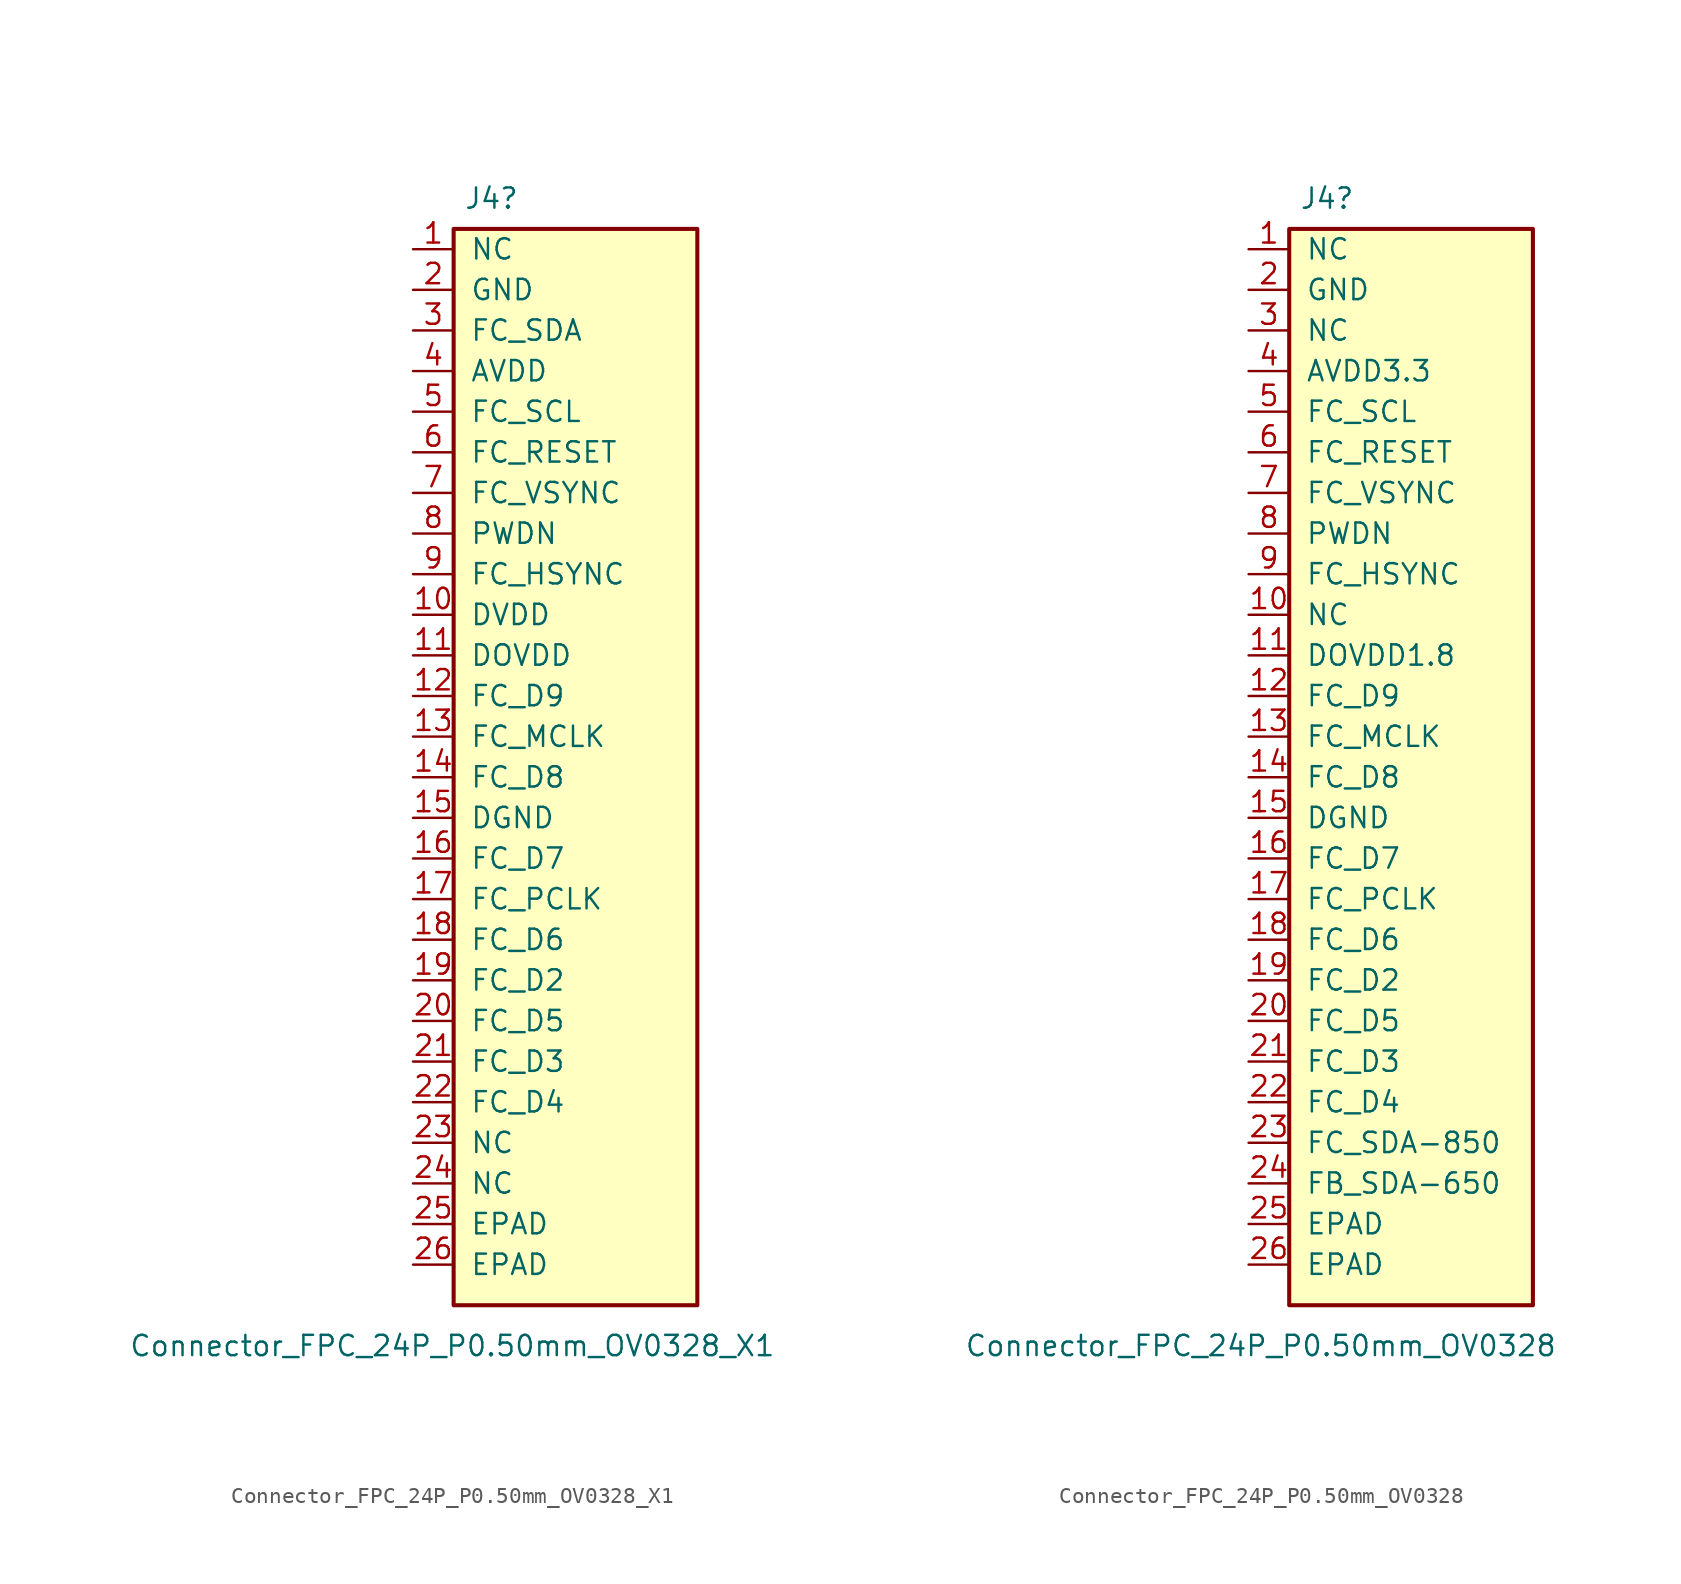
<source format=kicad_sym>
(kicad_symbol_lib
  (version 20211014)
  (generator kicad_symbol_editor)
  (symbol "Connector_FPC_24P_P0.50mm_OV0328_X1"
    (pin_names
      (offset 1.016))
    (property "Reference" "J4"
      (at -12.065 46.355 0)
      (effects (font (size 1.27 1.27)) (justify left)))
    (property "Value" "Connector_FPC_24P_P0.50mm_OV0328_X1"
      (at -33.02 -25.4 0)
      (effects (font (size 1.27 1.27)) (justify left)))
    (symbol "Connector_FPC_24P_P0.50mm_OV0328_X1_0_0"
      (pin bidirectional line (at -15.24 43.18 0) (length 2.54) (name "NC" (effects (font (size 1.27 1.27)))) (number "1" (effects (font (size 1.27 1.27)))))
      (pin bidirectional line (at -15.24 20.32 0) (length 2.54) (name "DVDD" (effects (font (size 1.27 1.27)))) (number "10" (effects (font (size 1.27 1.27)))))
      (pin bidirectional line (at -15.24 17.78 0) (length 2.54) (name "DOVDD" (effects (font (size 1.27 1.27)))) (number "11" (effects (font (size 1.27 1.27)))))
      (pin bidirectional line (at -15.24 15.24 0) (length 2.54) (name "FC_D9" (effects (font (size 1.27 1.27)))) (number "12" (effects (font (size 1.27 1.27)))))
      (pin bidirectional line (at -15.24 12.7 0) (length 2.54) (name "FC_MCLK" (effects (font (size 1.27 1.27)))) (number "13" (effects (font (size 1.27 1.27)))))
      (pin bidirectional line (at -15.24 10.16 0) (length 2.54) (name "FC_D8" (effects (font (size 1.27 1.27)))) (number "14" (effects (font (size 1.27 1.27)))))
      (pin bidirectional line (at -15.24 7.62 0) (length 2.54) (name "DGND" (effects (font (size 1.27 1.27)))) (number "15" (effects (font (size 1.27 1.27)))))
      (pin bidirectional line (at -15.24 5.08 0) (length 2.54) (name "FC_D7" (effects (font (size 1.27 1.27)))) (number "16" (effects (font (size 1.27 1.27)))))
      (pin bidirectional line (at -15.24 2.54 0) (length 2.54) (name "FC_PCLK" (effects (font (size 1.27 1.27)))) (number "17" (effects (font (size 1.27 1.27)))))
      (pin bidirectional line (at -15.24 0 0) (length 2.54) (name "FC_D6" (effects (font (size 1.27 1.27)))) (number "18" (effects (font (size 1.27 1.27)))))
      (pin bidirectional line (at -15.24 -2.54 0) (length 2.54) (name "FC_D2" (effects (font (size 1.27 1.27)))) (number "19" (effects (font (size 1.27 1.27)))))
      (pin bidirectional line (at -15.24 40.64 0) (length 2.54) (name "GND" (effects (font (size 1.27 1.27)))) (number "2" (effects (font (size 1.27 1.27)))))
      (pin bidirectional line (at -15.24 -5.08 0) (length 2.54) (name "FC_D5" (effects (font (size 1.27 1.27)))) (number "20" (effects (font (size 1.27 1.27)))))
      (pin bidirectional line (at -15.24 -7.62 0) (length 2.54) (name "FC_D3" (effects (font (size 1.27 1.27)))) (number "21" (effects (font (size 1.27 1.27)))))
      (pin bidirectional line (at -15.24 -10.16 0) (length 2.54) (name "FC_D4" (effects (font (size 1.27 1.27)))) (number "22" (effects (font (size 1.27 1.27)))))
      (pin bidirectional line (at -15.24 -12.7 0) (length 2.54) (name "NC" (effects (font (size 1.27 1.27)))) (number "23" (effects (font (size 1.27 1.27)))))
      (pin bidirectional line (at -15.24 -15.24 0) (length 2.54) (name "NC" (effects (font (size 1.27 1.27)))) (number "24" (effects (font (size 1.27 1.27)))))
      (pin bidirectional line (at -15.24 -17.78 0) (length 2.54) (name "EPAD" (effects (font (size 1.27 1.27)))) (number "25" (effects (font (size 1.27 1.27)))))
      (pin bidirectional line (at -15.24 -20.32 0) (length 2.54) (name "EPAD" (effects (font (size 1.27 1.27)))) (number "26" (effects (font (size 1.27 1.27)))))
      (pin bidirectional line (at -15.24 38.1 0) (length 2.54) (name "FC_SDA" (effects (font (size 1.27 1.27)))) (number "3" (effects (font (size 1.27 1.27)))))
      (pin bidirectional line (at -15.24 35.56 0) (length 2.54) (name "AVDD" (effects (font (size 1.27 1.27)))) (number "4" (effects (font (size 1.27 1.27)))))
      (pin bidirectional line (at -15.24 33.02 0) (length 2.54) (name "FC_SCL" (effects (font (size 1.27 1.27)))) (number "5" (effects (font (size 1.27 1.27)))))
      (pin bidirectional line (at -15.24 30.48 0) (length 2.54) (name "FC_RESET" (effects (font (size 1.27 1.27)))) (number "6" (effects (font (size 1.27 1.27)))))
      (pin bidirectional line (at -15.24 27.94 0) (length 2.54) (name "FC_VSYNC" (effects (font (size 1.27 1.27)))) (number "7" (effects (font (size 1.27 1.27)))))
      (pin bidirectional line (at -15.24 25.4 0) (length 2.54) (name "PWDN" (effects (font (size 1.27 1.27)))) (number "8" (effects (font (size 1.27 1.27)))))
      (pin bidirectional line (at -15.24 22.86 0) (length 2.54) (name "FC_HSYNC" (effects (font (size 1.27 1.27)))) (number "9" (effects (font (size 1.27 1.27))))))
    (symbol "Connector_FPC_24P_P0.50mm_OV0328_X1_0_1"
      (rectangle (start -12.7 44.45) (end 2.54 -22.86) (stroke (width 0.254) (type default) (color 0 0 0 0)) (fill (type background)))))
  (symbol "Connector_FPC_24P_P0.50mm_OV0328"
    (pin_names
      (offset 1.016))
    (property "Reference" "J4"
      (at -12.065 46.355 0)
      (effects (font (size 1.27 1.27)) (justify left)))
    (property "Value" "Connector_FPC_24P_P0.50mm_OV0328"
      (at -33.02 -25.4 0)
      (effects (font (size 1.27 1.27)) (justify left)))
    (symbol "Connector_FPC_24P_P0.50mm_OV0328_0_0"
      (pin bidirectional line (at -15.24 43.18 0) (length 2.54) (name "NC" (effects (font (size 1.27 1.27)))) (number "1" (effects (font (size 1.27 1.27)))))
      (pin bidirectional line (at -15.24 20.32 0) (length 2.54) (name "NC" (effects (font (size 1.27 1.27)))) (number "10" (effects (font (size 1.27 1.27)))))
      (pin bidirectional line (at -15.24 17.78 0) (length 2.54) (name "DOVDD1.8" (effects (font (size 1.27 1.27)))) (number "11" (effects (font (size 1.27 1.27)))))
      (pin bidirectional line (at -15.24 15.24 0) (length 2.54) (name "FC_D9" (effects (font (size 1.27 1.27)))) (number "12" (effects (font (size 1.27 1.27)))))
      (pin bidirectional line (at -15.24 12.7 0) (length 2.54) (name "FC_MCLK" (effects (font (size 1.27 1.27)))) (number "13" (effects (font (size 1.27 1.27)))))
      (pin bidirectional line (at -15.24 10.16 0) (length 2.54) (name "FC_D8" (effects (font (size 1.27 1.27)))) (number "14" (effects (font (size 1.27 1.27)))))
      (pin bidirectional line (at -15.24 7.62 0) (length 2.54) (name "DGND" (effects (font (size 1.27 1.27)))) (number "15" (effects (font (size 1.27 1.27)))))
      (pin bidirectional line (at -15.24 5.08 0) (length 2.54) (name "FC_D7" (effects (font (size 1.27 1.27)))) (number "16" (effects (font (size 1.27 1.27)))))
      (pin bidirectional line (at -15.24 2.54 0) (length 2.54) (name "FC_PCLK" (effects (font (size 1.27 1.27)))) (number "17" (effects (font (size 1.27 1.27)))))
      (pin bidirectional line (at -15.24 0 0) (length 2.54) (name "FC_D6" (effects (font (size 1.27 1.27)))) (number "18" (effects (font (size 1.27 1.27)))))
      (pin bidirectional line (at -15.24 -2.54 0) (length 2.54) (name "FC_D2" (effects (font (size 1.27 1.27)))) (number "19" (effects (font (size 1.27 1.27)))))
      (pin bidirectional line (at -15.24 40.64 0) (length 2.54) (name "GND" (effects (font (size 1.27 1.27)))) (number "2" (effects (font (size 1.27 1.27)))))
      (pin bidirectional line (at -15.24 -5.08 0) (length 2.54) (name "FC_D5" (effects (font (size 1.27 1.27)))) (number "20" (effects (font (size 1.27 1.27)))))
      (pin bidirectional line (at -15.24 -7.62 0) (length 2.54) (name "FC_D3" (effects (font (size 1.27 1.27)))) (number "21" (effects (font (size 1.27 1.27)))))
      (pin bidirectional line (at -15.24 -10.16 0) (length 2.54) (name "FC_D4" (effects (font (size 1.27 1.27)))) (number "22" (effects (font (size 1.27 1.27)))))
      (pin bidirectional line (at -15.24 -12.7 0) (length 2.54) (name "FC_SDA-850" (effects (font (size 1.27 1.27)))) (number "23" (effects (font (size 1.27 1.27)))))
      (pin bidirectional line (at -15.24 -15.24 0) (length 2.54) (name "FB_SDA-650" (effects (font (size 1.27 1.27)))) (number "24" (effects (font (size 1.27 1.27)))))
      (pin bidirectional line (at -15.24 -17.78 0) (length 2.54) (name "EPAD" (effects (font (size 1.27 1.27)))) (number "25" (effects (font (size 1.27 1.27)))))
      (pin bidirectional line (at -15.24 -20.32 0) (length 2.54) (name "EPAD" (effects (font (size 1.27 1.27)))) (number "26" (effects (font (size 1.27 1.27)))))
      (pin bidirectional line (at -15.24 38.1 0) (length 2.54) (name "NC" (effects (font (size 1.27 1.27)))) (number "3" (effects (font (size 1.27 1.27)))))
      (pin bidirectional line (at -15.24 35.56 0) (length 2.54) (name "AVDD3.3" (effects (font (size 1.27 1.27)))) (number "4" (effects (font (size 1.27 1.27)))))
      (pin bidirectional line (at -15.24 33.02 0) (length 2.54) (name "FC_SCL" (effects (font (size 1.27 1.27)))) (number "5" (effects (font (size 1.27 1.27)))))
      (pin bidirectional line (at -15.24 30.48 0) (length 2.54) (name "FC_RESET" (effects (font (size 1.27 1.27)))) (number "6" (effects (font (size 1.27 1.27)))))
      (pin bidirectional line (at -15.24 27.94 0) (length 2.54) (name "FC_VSYNC" (effects (font (size 1.27 1.27)))) (number "7" (effects (font (size 1.27 1.27)))))
      (pin bidirectional line (at -15.24 25.4 0) (length 2.54) (name "PWDN" (effects (font (size 1.27 1.27)))) (number "8" (effects (font (size 1.27 1.27)))))
      (pin bidirectional line (at -15.24 22.86 0) (length 2.54) (name "FC_HSYNC" (effects (font (size 1.27 1.27)))) (number "9" (effects (font (size 1.27 1.27))))))
    (symbol "Connector_FPC_24P_P0.50mm_OV0328_0_1"
      (rectangle (start -12.7 44.45) (end 2.54 -22.86) (stroke (width 0.254) (type default) (color 0 0 0 0)) (fill (type background))))))
</source>
